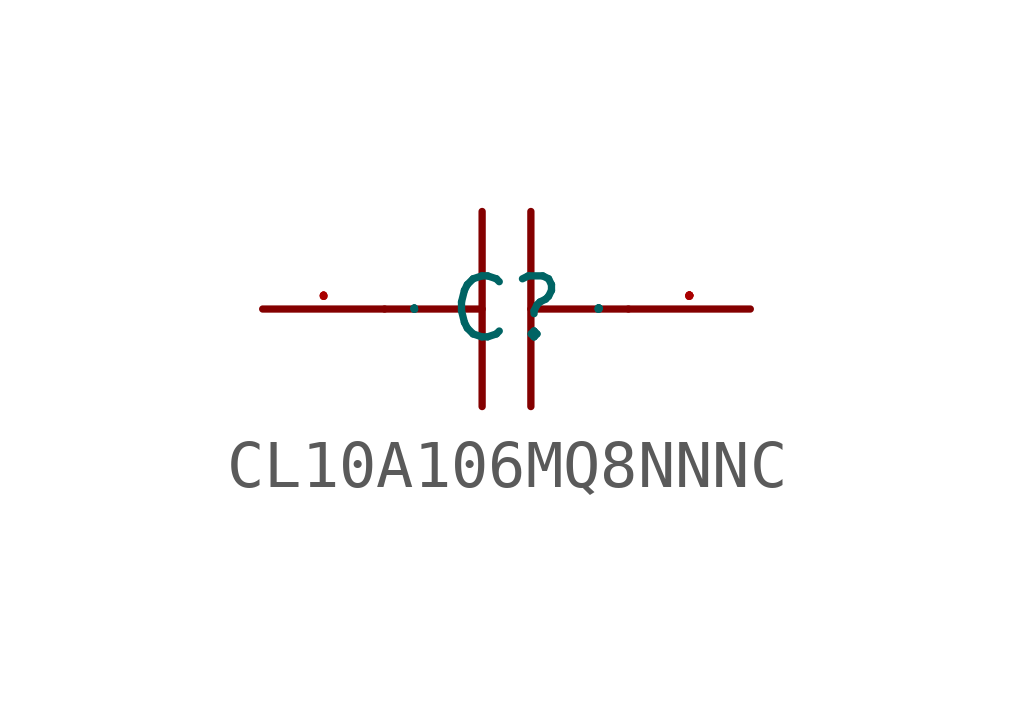
<source format=kicad_sym>
(kicad_symbol_lib
  (version 20241209)
  (generator "kicad_symbol_editor")
  (generator_version "9.0")
  (symbol "CL10A106MQ8NNNC"
    (property "Reference" "C"
      (at 0 0 0)
      (effects (font (size 1.27 1.27))))
    (symbol "CL10A106MQ8NNNC_1_0"
      (polyline (pts (xy -0.508 0) (xy -2.54 0)) (stroke (width 0) (type default)) (fill (type none)))
      (polyline (pts (xy -0.508 -2.032) (xy -0.508 2.032)) (stroke (width 0) (type default)) (fill (type none)))
      (polyline (pts (xy 0.508 2.032) (xy 0.508 -2.032)) (stroke (width 0) (type default)) (fill (type none)))
      (polyline (pts (xy 2.54 0) (xy 0.508 0)) (stroke (width 0) (type default)) (fill (type none)))
      (pin input line (at -5.08 0 0) (length 2.54) (name "1" (effects (font (size 0.025 0.025)))) (number "1" (effects (font (size 0.025 0.025)))))
      (pin input line (at 5.08 0 180) (length 2.54) (name "2" (effects (font (size 0.025 0.025)))) (number "2" (effects (font (size 0.025 0.025))))))))
</source>
